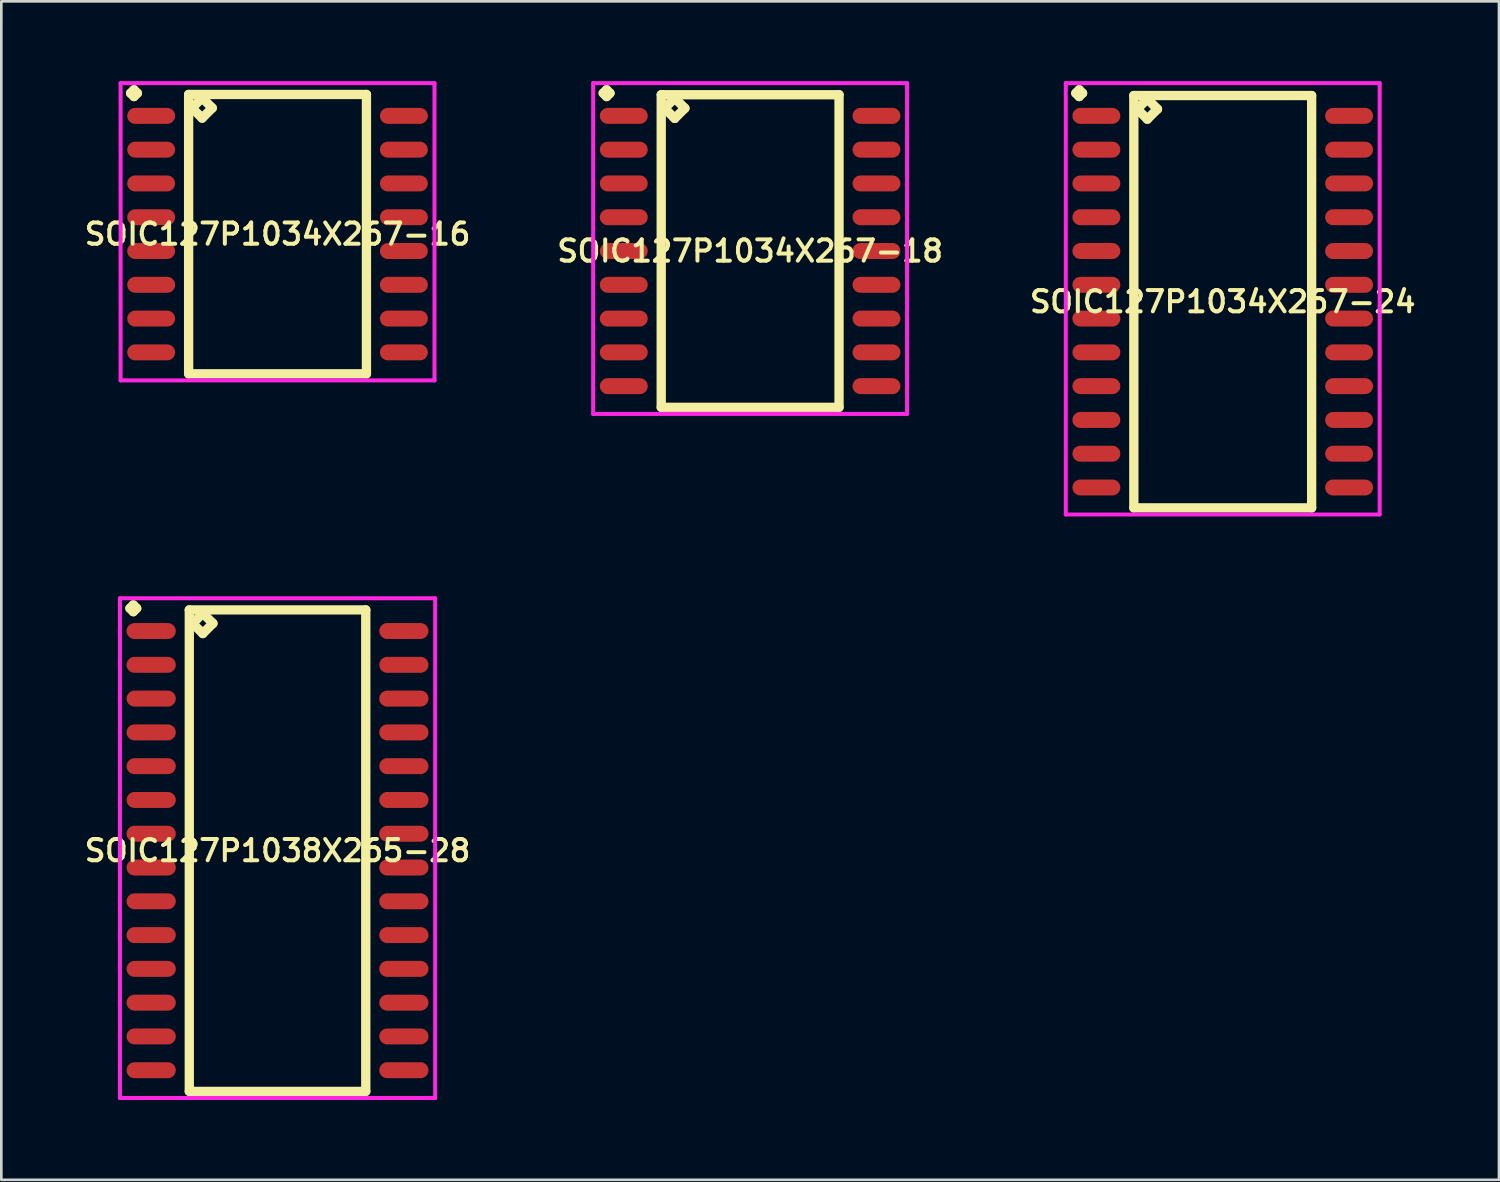
<source format=kicad_pcb>
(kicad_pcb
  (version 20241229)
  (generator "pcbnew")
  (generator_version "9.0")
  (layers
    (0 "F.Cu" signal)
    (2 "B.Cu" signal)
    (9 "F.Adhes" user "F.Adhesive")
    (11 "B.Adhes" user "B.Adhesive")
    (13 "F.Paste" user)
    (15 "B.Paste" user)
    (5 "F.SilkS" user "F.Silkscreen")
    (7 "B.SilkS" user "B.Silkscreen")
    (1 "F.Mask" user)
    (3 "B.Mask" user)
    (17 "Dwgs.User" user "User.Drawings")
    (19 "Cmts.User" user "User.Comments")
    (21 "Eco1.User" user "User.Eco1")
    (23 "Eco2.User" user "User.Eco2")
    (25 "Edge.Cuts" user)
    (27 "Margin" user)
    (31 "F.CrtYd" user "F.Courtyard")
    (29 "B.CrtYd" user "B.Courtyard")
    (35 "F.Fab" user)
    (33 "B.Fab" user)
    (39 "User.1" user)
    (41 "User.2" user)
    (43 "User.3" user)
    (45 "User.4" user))
  (footprint "SOIC127P1034X267-16"
    (layer "F.Cu")
    (at 7.383 5.751)
    (property "Reference" "SOIC127P1034X267-16" (at 0 0 0) (layer "F.SilkS") (effects (font (size 0.8 0.8) (thickness 0.15))))
    (attr smd)
    (fp_line (start -5.523 -5.299) (end -5.396 -5.426) (stroke (width 0.35) (type solid)) (layer "F.SilkS"))
    (fp_line (start -5.396 -5.426) (end -5.269 -5.299) (stroke (width 0.35) (type solid)) (layer "F.SilkS"))
    (fp_line (start -5.396 -5.172) (end -5.523 -5.299) (stroke (width 0.35) (type solid)) (layer "F.SilkS"))
    (fp_line (start -5.269 -5.299) (end -5.396 -5.172) (stroke (width 0.35) (type solid)) (layer "F.SilkS"))
    (fp_line (start -3.342 -5.25) (end -3.342 5.25) (stroke (width 0.35) (type solid)) (layer "F.SilkS"))
    (fp_line (start -3.342 5.25) (end 3.342 5.25) (stroke (width 0.35) (type solid)) (layer "F.SilkS"))
    (fp_line (start -3.215 -4.742) (end -2.834 -5.123) (stroke (width 0.35) (type solid)) (layer "F.SilkS"))
    (fp_line (start -2.834 -5.123) (end -2.453 -4.742) (stroke (width 0.35) (type solid)) (layer "F.SilkS"))
    (fp_line (start -2.834 -4.361) (end -3.215 -4.742) (stroke (width 0.35) (type solid)) (layer "F.SilkS"))
    (fp_line (start -2.453 -4.742) (end -2.834 -4.361) (stroke (width 0.35) (type solid)) (layer "F.SilkS"))
    (fp_line (start 3.342 -5.25) (end -3.342 -5.25) (stroke (width 0.35) (type solid)) (layer "F.SilkS"))
    (fp_line (start 3.342 5.25) (end 3.342 -5.25) (stroke (width 0.35) (type solid)) (layer "F.SilkS"))
    (fp_line (start -5.9 -5.676) (end 5.9 -5.676) (stroke (width 0.15) (type solid)) (layer "F.CrtYd"))
    (fp_line (start -5.9 5.5) (end -5.9 -5.676) (stroke (width 0.15) (type solid)) (layer "F.CrtYd"))
    (fp_line (start 5.9 -5.676) (end 5.9 5.5) (stroke (width 0.15) (type solid)) (layer "F.CrtYd"))
    (fp_line (start 5.9 5.5) (end -5.9 5.5) (stroke (width 0.15) (type solid)) (layer "F.CrtYd"))
    (pad "1" smd oval (at -4.75 -4.445) (size 1.8 0.6) (layers "F.Cu" "F.Mask" "F.Paste"))
    (pad "2" smd oval (at -4.75 -3.175) (size 1.8 0.6) (layers "F.Cu" "F.Mask" "F.Paste"))
    (pad "3" smd oval (at -4.75 -1.905) (size 1.8 0.6) (layers "F.Cu" "F.Mask" "F.Paste"))
    (pad "4" smd oval (at -4.75 -0.635) (size 1.8 0.6) (layers "F.Cu" "F.Mask" "F.Paste"))
    (pad "5" smd oval (at -4.75 0.635) (size 1.8 0.6) (layers "F.Cu" "F.Mask" "F.Paste"))
    (pad "6" smd oval (at -4.75 1.905) (size 1.8 0.6) (layers "F.Cu" "F.Mask" "F.Paste"))
    (pad "7" smd oval (at -4.75 3.175) (size 1.8 0.6) (layers "F.Cu" "F.Mask" "F.Paste"))
    (pad "8" smd oval (at -4.75 4.445) (size 1.8 0.6) (layers "F.Cu" "F.Mask" "F.Paste"))
    (pad "9" smd oval (at 4.75 4.445) (size 1.8 0.6) (layers "F.Cu" "F.Mask" "F.Paste"))
    (pad "10" smd oval (at 4.75 3.175) (size 1.8 0.6) (layers "F.Cu" "F.Mask" "F.Paste"))
    (pad "11" smd oval (at 4.75 1.905) (size 1.8 0.6) (layers "F.Cu" "F.Mask" "F.Paste"))
    (pad "12" smd oval (at 4.75 0.635) (size 1.8 0.6) (layers "F.Cu" "F.Mask" "F.Paste"))
    (pad "13" smd oval (at 4.75 -0.635) (size 1.8 0.6) (layers "F.Cu" "F.Mask" "F.Paste"))
    (pad "14" smd oval (at 4.75 -1.905) (size 1.8 0.6) (layers "F.Cu" "F.Mask" "F.Paste"))
    (pad "15" smd oval (at 4.75 -3.175) (size 1.8 0.6) (layers "F.Cu" "F.Mask" "F.Paste"))
    (pad "16" smd oval (at 4.75 -4.445) (size 1.8 0.6) (layers "F.Cu" "F.Mask" "F.Paste")))
  (footprint "SOIC127P1034X267-18"
    (layer "F.Cu")
    (at 25.149 6.386)
    (property "Reference" "SOIC127P1034X267-18" (at 0 0 0) (layer "F.SilkS") (effects (font (size 0.8 0.8) (thickness 0.15))))
    (attr through_hole)
    (fp_line (start -5.523 -5.934) (end -5.396 -6.061) (stroke (width 0.35) (type solid)) (layer "F.SilkS"))
    (fp_line (start -5.396 -6.061) (end -5.269 -5.934) (stroke (width 0.35) (type solid)) (layer "F.SilkS"))
    (fp_line (start -5.396 -5.807) (end -5.523 -5.934) (stroke (width 0.35) (type solid)) (layer "F.SilkS"))
    (fp_line (start -5.269 -5.934) (end -5.396 -5.807) (stroke (width 0.35) (type solid)) (layer "F.SilkS"))
    (fp_line (start -3.342 -5.875) (end -3.342 5.875) (stroke (width 0.35) (type solid)) (layer "F.SilkS"))
    (fp_line (start -3.342 5.875) (end 3.342 5.875) (stroke (width 0.35) (type solid)) (layer "F.SilkS"))
    (fp_line (start -3.215 -5.367) (end -2.834 -5.748) (stroke (width 0.35) (type solid)) (layer "F.SilkS"))
    (fp_line (start -2.834 -5.748) (end -2.453 -5.367) (stroke (width 0.35) (type solid)) (layer "F.SilkS"))
    (fp_line (start -2.834 -4.986) (end -3.215 -5.367) (stroke (width 0.35) (type solid)) (layer "F.SilkS"))
    (fp_line (start -2.453 -5.367) (end -2.834 -4.986) (stroke (width 0.35) (type solid)) (layer "F.SilkS"))
    (fp_line (start 3.342 -5.875) (end -3.342 -5.875) (stroke (width 0.35) (type solid)) (layer "F.SilkS"))
    (fp_line (start 3.342 5.875) (end 3.342 -5.875) (stroke (width 0.35) (type solid)) (layer "F.SilkS"))
    (fp_line (start -5.9 -6.311) (end 5.9 -6.311) (stroke (width 0.15) (type solid)) (layer "F.CrtYd"))
    (fp_line (start -5.9 6.125) (end -5.9 -6.311) (stroke (width 0.15) (type solid)) (layer "F.CrtYd"))
    (fp_line (start 5.9 -6.311) (end 5.9 6.125) (stroke (width 0.15) (type solid)) (layer "F.CrtYd"))
    (fp_line (start 5.9 6.125) (end -5.9 6.125) (stroke (width 0.15) (type solid)) (layer "F.CrtYd"))
    (pad "1" smd oval (at -4.75 -5.08) (size 1.8 0.6) (layers "F.Cu" "F.Mask" "F.Paste"))
    (pad "2" smd oval (at -4.75 -3.81) (size 1.8 0.6) (layers "F.Cu" "F.Mask" "F.Paste"))
    (pad "3" smd oval (at -4.75 -2.54) (size 1.8 0.6) (layers "F.Cu" "F.Mask" "F.Paste"))
    (pad "4" smd oval (at -4.75 -1.27) (size 1.8 0.6) (layers "F.Cu" "F.Mask" "F.Paste"))
    (pad "5" smd oval (at -4.75 0) (size 1.8 0.6) (layers "F.Cu" "F.Mask" "F.Paste"))
    (pad "6" smd oval (at -4.75 1.27) (size 1.8 0.6) (layers "F.Cu" "F.Mask" "F.Paste"))
    (pad "7" smd oval (at -4.75 2.54) (size 1.8 0.6) (layers "F.Cu" "F.Mask" "F.Paste"))
    (pad "8" smd oval (at -4.75 3.81) (size 1.8 0.6) (layers "F.Cu" "F.Mask" "F.Paste"))
    (pad "9" smd oval (at -4.75 5.08) (size 1.8 0.6) (layers "F.Cu" "F.Mask" "F.Paste"))
    (pad "10" smd oval (at 4.75 5.08) (size 1.8 0.6) (layers "F.Cu" "F.Mask" "F.Paste"))
    (pad "11" smd oval (at 4.75 3.81) (size 1.8 0.6) (layers "F.Cu" "F.Mask" "F.Paste"))
    (pad "12" smd oval (at 4.75 2.54) (size 1.8 0.6) (layers "F.Cu" "F.Mask" "F.Paste"))
    (pad "13" smd oval (at 4.75 1.27) (size 1.8 0.6) (layers "F.Cu" "F.Mask" "F.Paste"))
    (pad "14" smd oval (at 4.75 0) (size 1.8 0.6) (layers "F.Cu" "F.Mask" "F.Paste"))
    (pad "15" smd oval (at 4.75 -1.27) (size 1.8 0.6) (layers "F.Cu" "F.Mask" "F.Paste"))
    (pad "16" smd oval (at 4.75 -2.54) (size 1.8 0.6) (layers "F.Cu" "F.Mask" "F.Paste"))
    (pad "17" smd oval (at 4.75 -3.81) (size 1.8 0.6) (layers "F.Cu" "F.Mask" "F.Paste"))
    (pad "18" smd oval (at 4.75 -5.08) (size 1.8 0.6) (layers "F.Cu" "F.Mask" "F.Paste")))
  (footprint "SOIC127P1034X267-24"
    (layer "F.Cu")
    (at 42.915 8.291)
    (property "Reference" "SOIC127P1034X267-24" (at 0 0 0) (layer "F.SilkS") (effects (font (size 0.8 0.8) (thickness 0.15))))
    (attr through_hole)
    (fp_line (start -5.523 -7.839) (end -5.396 -7.966) (stroke (width 0.35) (type solid)) (layer "F.SilkS"))
    (fp_line (start -5.396 -7.966) (end -5.269 -7.839) (stroke (width 0.35) (type solid)) (layer "F.SilkS"))
    (fp_line (start -5.396 -7.712) (end -5.523 -7.839) (stroke (width 0.35) (type solid)) (layer "F.SilkS"))
    (fp_line (start -5.269 -7.839) (end -5.396 -7.712) (stroke (width 0.35) (type solid)) (layer "F.SilkS"))
    (fp_line (start -3.342 -7.75) (end -3.342 7.75) (stroke (width 0.35) (type solid)) (layer "F.SilkS"))
    (fp_line (start -3.342 7.75) (end 3.342 7.75) (stroke (width 0.35) (type solid)) (layer "F.SilkS"))
    (fp_line (start -3.215 -7.242) (end -2.834 -7.623) (stroke (width 0.35) (type solid)) (layer "F.SilkS"))
    (fp_line (start -2.834 -7.623) (end -2.453 -7.242) (stroke (width 0.35) (type solid)) (layer "F.SilkS"))
    (fp_line (start -2.834 -6.861) (end -3.215 -7.242) (stroke (width 0.35) (type solid)) (layer "F.SilkS"))
    (fp_line (start -2.453 -7.242) (end -2.834 -6.861) (stroke (width 0.35) (type solid)) (layer "F.SilkS"))
    (fp_line (start 3.342 -7.75) (end -3.342 -7.75) (stroke (width 0.35) (type solid)) (layer "F.SilkS"))
    (fp_line (start 3.342 7.75) (end 3.342 -7.75) (stroke (width 0.35) (type solid)) (layer "F.SilkS"))
    (fp_line (start -5.9 -8.216) (end 5.9 -8.216) (stroke (width 0.15) (type solid)) (layer "F.CrtYd"))
    (fp_line (start -5.9 8) (end -5.9 -8.216) (stroke (width 0.15) (type solid)) (layer "F.CrtYd"))
    (fp_line (start 5.9 -8.216) (end 5.9 8) (stroke (width 0.15) (type solid)) (layer "F.CrtYd"))
    (fp_line (start 5.9 8) (end -5.9 8) (stroke (width 0.15) (type solid)) (layer "F.CrtYd"))
    (pad "1" smd oval (at -4.75 -6.985) (size 1.8 0.6) (layers "F.Cu" "F.Mask" "F.Paste"))
    (pad "2" smd oval (at -4.75 -5.715) (size 1.8 0.6) (layers "F.Cu" "F.Mask" "F.Paste"))
    (pad "3" smd oval (at -4.75 -4.445) (size 1.8 0.6) (layers "F.Cu" "F.Mask" "F.Paste"))
    (pad "4" smd oval (at -4.75 -3.175) (size 1.8 0.6) (layers "F.Cu" "F.Mask" "F.Paste"))
    (pad "5" smd oval (at -4.75 -1.905) (size 1.8 0.6) (layers "F.Cu" "F.Mask" "F.Paste"))
    (pad "6" smd oval (at -4.75 -0.635) (size 1.8 0.6) (layers "F.Cu" "F.Mask" "F.Paste"))
    (pad "7" smd oval (at -4.75 0.635) (size 1.8 0.6) (layers "F.Cu" "F.Mask" "F.Paste"))
    (pad "8" smd oval (at -4.75 1.905) (size 1.8 0.6) (layers "F.Cu" "F.Mask" "F.Paste"))
    (pad "9" smd oval (at -4.75 3.175) (size 1.8 0.6) (layers "F.Cu" "F.Mask" "F.Paste"))
    (pad "10" smd oval (at -4.75 4.445) (size 1.8 0.6) (layers "F.Cu" "F.Mask" "F.Paste"))
    (pad "11" smd oval (at -4.75 5.715) (size 1.8 0.6) (layers "F.Cu" "F.Mask" "F.Paste"))
    (pad "12" smd oval (at -4.75 6.985) (size 1.8 0.6) (layers "F.Cu" "F.Mask" "F.Paste"))
    (pad "13" smd oval (at 4.75 6.985) (size 1.8 0.6) (layers "F.Cu" "F.Mask" "F.Paste"))
    (pad "14" smd oval (at 4.75 5.715) (size 1.8 0.6) (layers "F.Cu" "F.Mask" "F.Paste"))
    (pad "15" smd oval (at 4.75 4.445) (size 1.8 0.6) (layers "F.Cu" "F.Mask" "F.Paste"))
    (pad "16" smd oval (at 4.75 3.175) (size 1.8 0.6) (layers "F.Cu" "F.Mask" "F.Paste"))
    (pad "17" smd oval (at 4.75 1.905) (size 1.8 0.6) (layers "F.Cu" "F.Mask" "F.Paste"))
    (pad "18" smd oval (at 4.75 0.635) (size 1.8 0.6) (layers "F.Cu" "F.Mask" "F.Paste"))
    (pad "19" smd oval (at 4.75 -0.635) (size 1.8 0.6) (layers "F.Cu" "F.Mask" "F.Paste"))
    (pad "20" smd oval (at 4.75 -1.905) (size 1.8 0.6) (layers "F.Cu" "F.Mask" "F.Paste"))
    (pad "21" smd oval (at 4.75 -3.175) (size 1.8 0.6) (layers "F.Cu" "F.Mask" "F.Paste"))
    (pad "22" smd oval (at 4.75 -4.445) (size 1.8 0.6) (layers "F.Cu" "F.Mask" "F.Paste"))
    (pad "23" smd oval (at 4.75 -5.715) (size 1.8 0.6) (layers "F.Cu" "F.Mask" "F.Paste"))
    (pad "24" smd oval (at 4.75 -6.985) (size 1.8 0.6) (layers "F.Cu" "F.Mask" "F.Paste")))
  (footprint "SOIC127P1038X265-28"
    (layer "F.Cu")
    (at 7.383 28.927)
    (property "Reference" "SOIC127P1038X265-28" (at 0 0 0) (layer "F.SilkS") (effects (font (size 0.8 0.8) (thickness 0.15))))
    (attr smd)
    (fp_line (start -5.548 -9.109) (end -5.421 -9.236) (stroke (width 0.35) (type solid)) (layer "F.SilkS"))
    (fp_line (start -5.421 -9.236) (end -5.294 -9.109) (stroke (width 0.35) (type solid)) (layer "F.SilkS"))
    (fp_line (start -5.421 -8.982) (end -5.548 -9.109) (stroke (width 0.35) (type solid)) (layer "F.SilkS"))
    (fp_line (start -5.294 -9.109) (end -5.421 -8.982) (stroke (width 0.35) (type solid)) (layer "F.SilkS"))
    (fp_line (start -3.317 -9.05) (end -3.317 9.05) (stroke (width 0.35) (type solid)) (layer "F.SilkS"))
    (fp_line (start -3.317 9.05) (end 3.317 9.05) (stroke (width 0.35) (type solid)) (layer "F.SilkS"))
    (fp_line (start -3.19 -8.542) (end -2.809 -8.923) (stroke (width 0.35) (type solid)) (layer "F.SilkS"))
    (fp_line (start -2.809 -8.923) (end -2.428 -8.542) (stroke (width 0.35) (type solid)) (layer "F.SilkS"))
    (fp_line (start -2.809 -8.161) (end -3.19 -8.542) (stroke (width 0.35) (type solid)) (layer "F.SilkS"))
    (fp_line (start -2.428 -8.542) (end -2.809 -8.161) (stroke (width 0.35) (type solid)) (layer "F.SilkS"))
    (fp_line (start 3.317 -9.05) (end -3.317 -9.05) (stroke (width 0.35) (type solid)) (layer "F.SilkS"))
    (fp_line (start 3.317 9.05) (end 3.317 -9.05) (stroke (width 0.35) (type solid)) (layer "F.SilkS"))
    (fp_line (start -5.925 -9.486) (end 5.925 -9.486) (stroke (width 0.15) (type solid)) (layer "F.CrtYd"))
    (fp_line (start -5.925 9.3) (end -5.925 -9.486) (stroke (width 0.15) (type solid)) (layer "F.CrtYd"))
    (fp_line (start 5.925 -9.486) (end 5.925 9.3) (stroke (width 0.15) (type solid)) (layer "F.CrtYd"))
    (fp_line (start 5.925 9.3) (end -5.925 9.3) (stroke (width 0.15) (type solid)) (layer "F.CrtYd"))
    (pad "1" smd oval (at -4.75 -8.255) (size 1.85 0.6) (layers "F.Cu" "F.Mask" "F.Paste"))
    (pad "2" smd oval (at -4.75 -6.985) (size 1.85 0.6) (layers "F.Cu" "F.Mask" "F.Paste"))
    (pad "3" smd oval (at -4.75 -5.715) (size 1.85 0.6) (layers "F.Cu" "F.Mask" "F.Paste"))
    (pad "4" smd oval (at -4.75 -4.445) (size 1.85 0.6) (layers "F.Cu" "F.Mask" "F.Paste"))
    (pad "5" smd oval (at -4.75 -3.175) (size 1.85 0.6) (layers "F.Cu" "F.Mask" "F.Paste"))
    (pad "6" smd oval (at -4.75 -1.905) (size 1.85 0.6) (layers "F.Cu" "F.Mask" "F.Paste"))
    (pad "7" smd oval (at -4.75 -0.635) (size 1.85 0.6) (layers "F.Cu" "F.Mask" "F.Paste"))
    (pad "8" smd oval (at -4.75 0.635) (size 1.85 0.6) (layers "F.Cu" "F.Mask" "F.Paste"))
    (pad "9" smd oval (at -4.75 1.905) (size 1.85 0.6) (layers "F.Cu" "F.Mask" "F.Paste"))
    (pad "10" smd oval (at -4.75 3.175) (size 1.85 0.6) (layers "F.Cu" "F.Mask" "F.Paste"))
    (pad "11" smd oval (at -4.75 4.445) (size 1.85 0.6) (layers "F.Cu" "F.Mask" "F.Paste"))
    (pad "12" smd oval (at -4.75 5.715) (size 1.85 0.6) (layers "F.Cu" "F.Mask" "F.Paste"))
    (pad "13" smd oval (at -4.75 6.985) (size 1.85 0.6) (layers "F.Cu" "F.Mask" "F.Paste"))
    (pad "14" smd oval (at -4.75 8.255) (size 1.85 0.6) (layers "F.Cu" "F.Mask" "F.Paste"))
    (pad "15" smd oval (at 4.75 8.255) (size 1.85 0.6) (layers "F.Cu" "F.Mask" "F.Paste"))
    (pad "16" smd oval (at 4.75 6.985) (size 1.85 0.6) (layers "F.Cu" "F.Mask" "F.Paste"))
    (pad "17" smd oval (at 4.75 5.715) (size 1.85 0.6) (layers "F.Cu" "F.Mask" "F.Paste"))
    (pad "18" smd oval (at 4.75 4.445) (size 1.85 0.6) (layers "F.Cu" "F.Mask" "F.Paste"))
    (pad "19" smd oval (at 4.75 3.175) (size 1.85 0.6) (layers "F.Cu" "F.Mask" "F.Paste"))
    (pad "20" smd oval (at 4.75 1.905) (size 1.85 0.6) (layers "F.Cu" "F.Mask" "F.Paste"))
    (pad "21" smd oval (at 4.75 0.635) (size 1.85 0.6) (layers "F.Cu" "F.Mask" "F.Paste"))
    (pad "22" smd oval (at 4.75 -0.635) (size 1.85 0.6) (layers "F.Cu" "F.Mask" "F.Paste"))
    (pad "23" smd oval (at 4.75 -1.905) (size 1.85 0.6) (layers "F.Cu" "F.Mask" "F.Paste"))
    (pad "24" smd oval (at 4.75 -3.175) (size 1.85 0.6) (layers "F.Cu" "F.Mask" "F.Paste"))
    (pad "25" smd oval (at 4.75 -4.445) (size 1.85 0.6) (layers "F.Cu" "F.Mask" "F.Paste"))
    (pad "26" smd oval (at 4.75 -5.715) (size 1.85 0.6) (layers "F.Cu" "F.Mask" "F.Paste"))
    (pad "27" smd oval (at 4.75 -6.985) (size 1.85 0.6) (layers "F.Cu" "F.Mask" "F.Paste"))
    (pad "28" smd oval (at 4.75 -8.255) (size 1.85 0.6) (layers "F.Cu" "F.Mask" "F.Paste")))
  (gr_rect
    (start -3 -3)
    (end 53.299 41.302)
    (stroke (width 0.1) (type default))
    (fill no)
    (layer "Edge.Cuts")))
</source>
